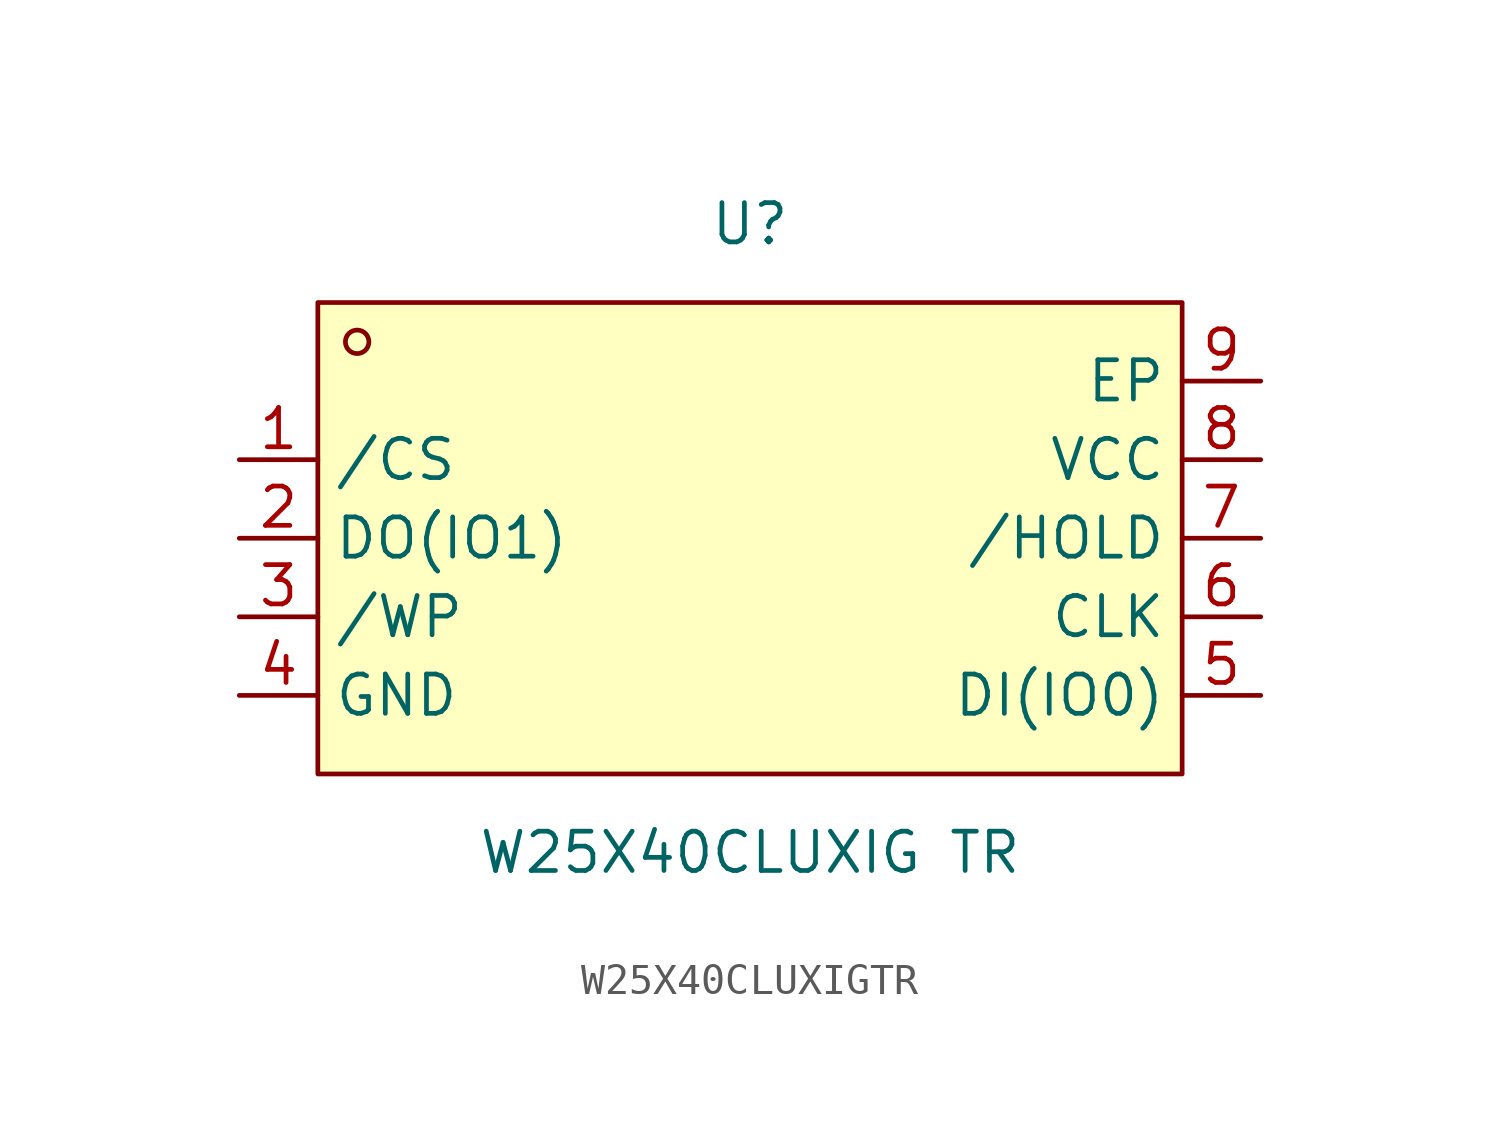
<source format=kicad_sym>
(kicad_symbol_lib
  (version 20231120)
  (generator "kicad_symbol_editor")
  (generator_version "8.0")
  (symbol "W25X40CLUXIGTR"
    (property "Reference" "U"
      (at 0 11.43 0)
      (effects (font (size 1.27 1.27))))
    (property "Value" "W25X40CLUXIG TR"
      (at 0 -8.89 0)
      (effects (font (size 1.27 1.27))))
    (symbol "W25X40CLUXIGTR_0_1"
      (rectangle (start -13.97 8.89) (end 13.97 -6.35) (stroke (width 0) (type default)) (fill (type background)))
      (circle (center -12.7 7.62) (radius 0.38) (stroke (width 0) (type default)) (fill (type none)))
      (pin unspecified line (at -16.51 3.81 0) (length 2.54) (name "/CS" (effects (font (size 1.27 1.27)))) (number "1" (effects (font (size 1.27 1.27)))))
      (pin unspecified line (at -16.51 1.27 0) (length 2.54) (name "DO(IO1)" (effects (font (size 1.27 1.27)))) (number "2" (effects (font (size 1.27 1.27)))))
      (pin unspecified line (at -16.51 -1.27 0) (length 2.54) (name "/WP" (effects (font (size 1.27 1.27)))) (number "3" (effects (font (size 1.27 1.27)))))
      (pin unspecified line (at -16.51 -3.81 0) (length 2.54) (name "GND" (effects (font (size 1.27 1.27)))) (number "4" (effects (font (size 1.27 1.27)))))
      (pin unspecified line (at 16.51 -3.81 180) (length 2.54) (name "DI(IO0)" (effects (font (size 1.27 1.27)))) (number "5" (effects (font (size 1.27 1.27)))))
      (pin unspecified line (at 16.51 -1.27 180) (length 2.54) (name "CLK" (effects (font (size 1.27 1.27)))) (number "6" (effects (font (size 1.27 1.27)))))
      (pin unspecified line (at 16.51 1.27 180) (length 2.54) (name "/HOLD" (effects (font (size 1.27 1.27)))) (number "7" (effects (font (size 1.27 1.27)))))
      (pin unspecified line (at 16.51 3.81 180) (length 2.54) (name "VCC" (effects (font (size 1.27 1.27)))) (number "8" (effects (font (size 1.27 1.27)))))
      (pin unspecified line (at 16.51 6.35 180) (length 2.54) (name "EP" (effects (font (size 1.27 1.27)))) (number "9" (effects (font (size 1.27 1.27))))))))
</source>
